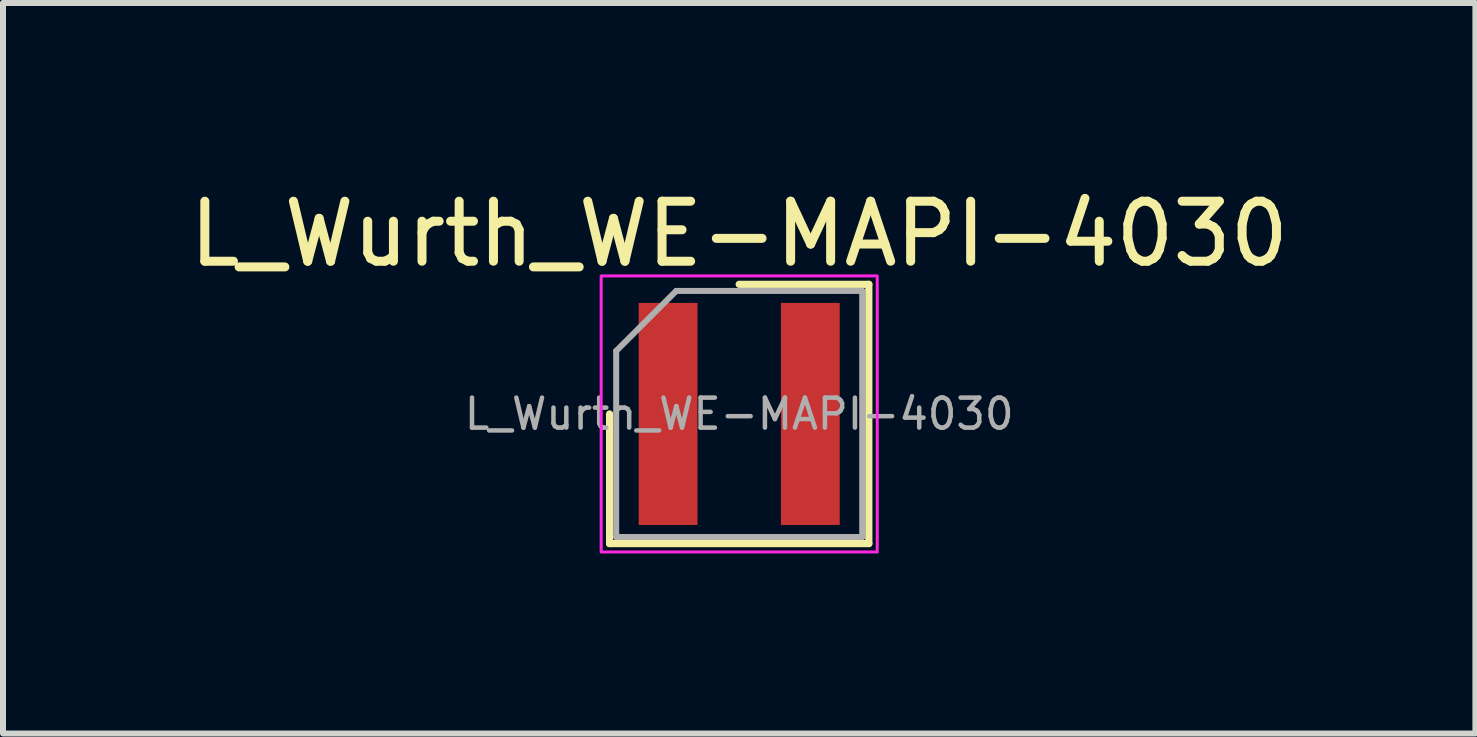
<source format=kicad_pcb>
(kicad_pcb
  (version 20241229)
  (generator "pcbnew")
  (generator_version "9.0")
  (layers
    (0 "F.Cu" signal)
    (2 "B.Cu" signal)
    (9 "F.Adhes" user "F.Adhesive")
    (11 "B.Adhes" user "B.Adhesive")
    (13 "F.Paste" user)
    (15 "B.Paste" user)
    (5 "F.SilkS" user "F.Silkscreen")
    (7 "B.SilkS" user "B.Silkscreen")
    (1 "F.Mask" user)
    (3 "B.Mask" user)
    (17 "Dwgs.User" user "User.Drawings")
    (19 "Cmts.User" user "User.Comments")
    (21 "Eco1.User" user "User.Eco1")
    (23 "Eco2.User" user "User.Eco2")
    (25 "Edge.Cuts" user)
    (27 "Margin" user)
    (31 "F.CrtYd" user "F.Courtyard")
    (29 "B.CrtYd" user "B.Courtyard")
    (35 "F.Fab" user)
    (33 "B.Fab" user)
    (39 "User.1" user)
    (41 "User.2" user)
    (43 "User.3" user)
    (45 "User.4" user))
  (footprint "L_Wurth_WE-MAPI-4030"
    (layer "F.Cu")
    (at 9.268 3.848)
    (property "Reference" "L_Wurth_WE-MAPI-4030" (at 0 -3 0) (unlocked yes) (layer "F.SilkS") (effects (font (size 1 1) (thickness 0.15))))
    (attr smd)
    (fp_line (start -2.16 0) (end -2.16 2.16) (stroke (width 0.12) (type solid)) (layer "F.SilkS"))
    (fp_line (start -2.16 2.16) (end 2.16 2.16) (stroke (width 0.12) (type solid)) (layer "F.SilkS"))
    (fp_line (start 0 -2.16) (end 2.16 -2.16) (stroke (width 0.12) (type solid)) (layer "F.SilkS"))
    (fp_line (start 2.16 -2.16) (end 2.16 2.16) (stroke (width 0.12) (type solid)) (layer "F.SilkS"))
    (fp_rect (start -2.3 -2.3) (end 2.3 2.3) (stroke (width 0.05) (type solid)) (fill no) (layer "F.CrtYd"))
    (fp_line (start -2.05 -1.05) (end -1.05 -2.05) (stroke (width 0.1) (type solid)) (layer "F.Fab"))
    (fp_line (start -2.05 2.05) (end -2.05 -1.05) (stroke (width 0.1) (type solid)) (layer "F.Fab"))
    (fp_line (start -2.05 2.05) (end 2.05 2.05) (stroke (width 0.1) (type solid)) (layer "F.Fab"))
    (fp_line (start -1.05 -2.05) (end 2.05 -2.05) (stroke (width 0.1) (type solid)) (layer "F.Fab"))
    (fp_line (start 2.05 -2.05) (end 2.05 2.05) (stroke (width 0.1) (type solid)) (layer "F.Fab"))
    (fp_text user "${REFERENCE}" (at 0 0 0) (unlocked yes) (layer "F.Fab") (effects (font (size 0.5 0.5) (thickness 0.075))))
    (pad "1" smd rect (at -1.185 0) (size 0.98 3.7) (layers "F.Cu" "F.Mask" "F.Paste"))
    (pad "2" smd rect (at 1.185 0) (size 0.98 3.7) (layers "F.Cu" "F.Mask" "F.Paste")))
  (gr_rect
    (start -3 -3)
    (end 21.536 9.173)
    (stroke (width 0.1) (type default))
    (fill no)
    (layer "Edge.Cuts")))
</source>
